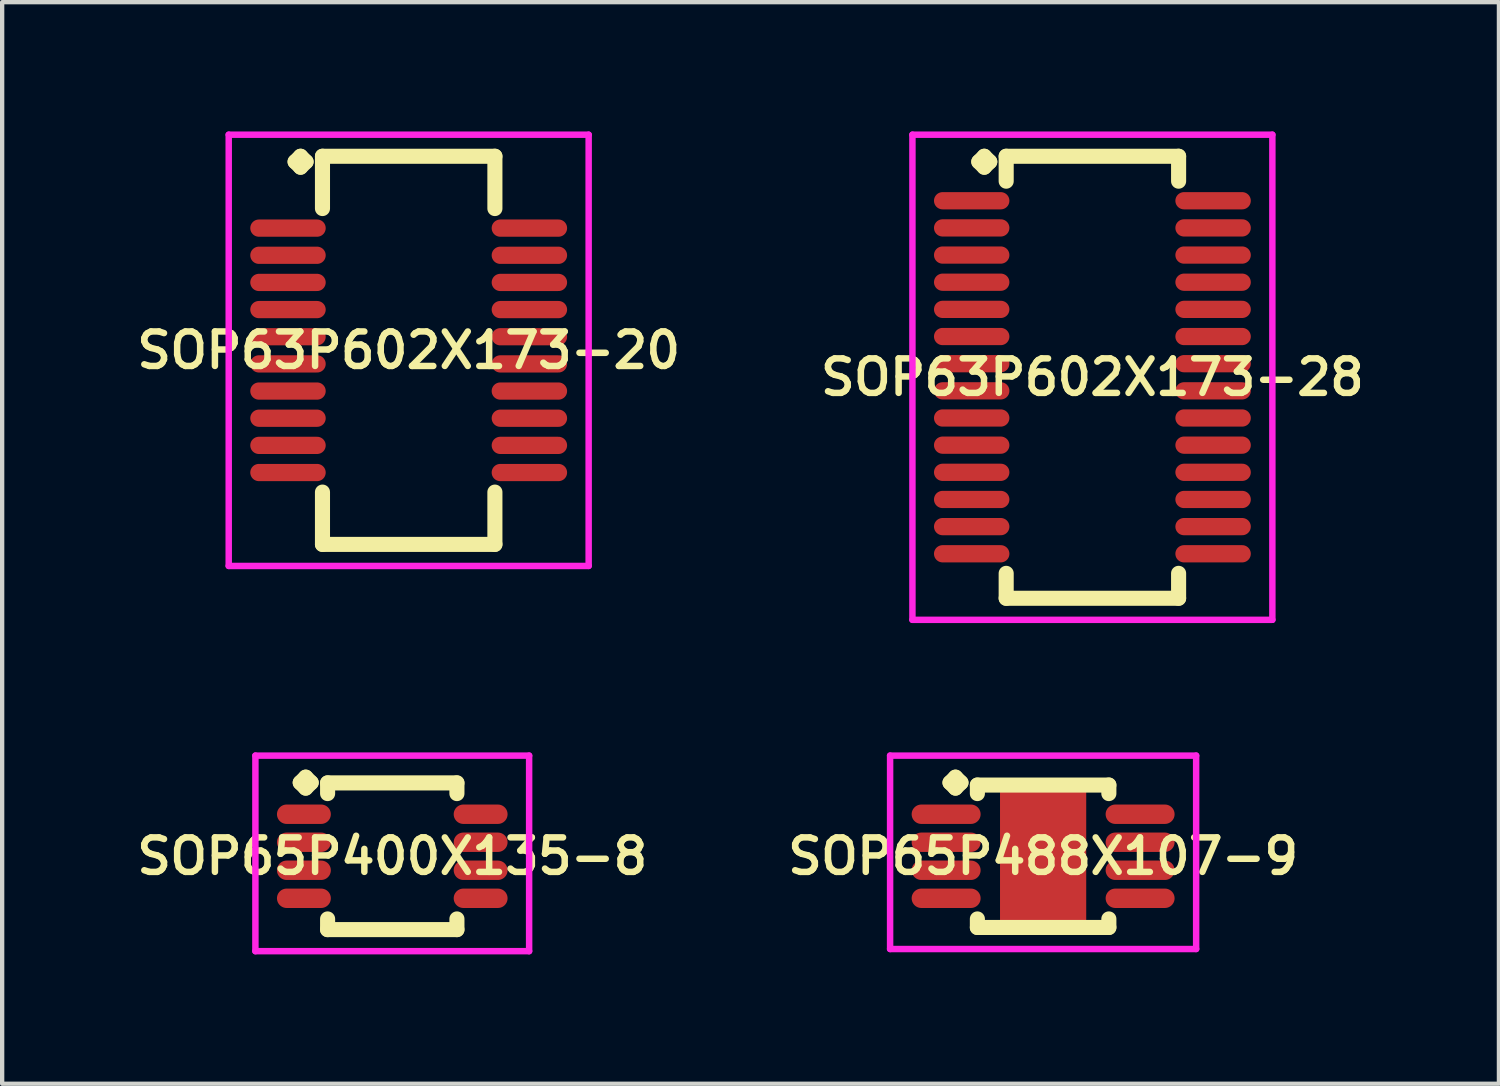
<source format=kicad_pcb>
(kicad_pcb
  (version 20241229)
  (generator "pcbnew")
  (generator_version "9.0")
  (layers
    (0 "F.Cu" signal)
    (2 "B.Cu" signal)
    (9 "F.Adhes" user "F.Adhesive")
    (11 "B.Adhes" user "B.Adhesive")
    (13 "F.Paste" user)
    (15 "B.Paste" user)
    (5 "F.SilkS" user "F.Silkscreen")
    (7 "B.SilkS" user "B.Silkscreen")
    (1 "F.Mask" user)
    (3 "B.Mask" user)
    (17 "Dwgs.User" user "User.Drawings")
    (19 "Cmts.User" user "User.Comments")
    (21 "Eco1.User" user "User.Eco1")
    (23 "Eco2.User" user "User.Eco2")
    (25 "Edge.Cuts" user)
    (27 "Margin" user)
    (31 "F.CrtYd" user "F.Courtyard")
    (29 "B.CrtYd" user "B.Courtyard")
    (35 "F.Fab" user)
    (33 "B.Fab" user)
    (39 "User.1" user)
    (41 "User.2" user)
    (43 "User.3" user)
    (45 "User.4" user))
  (footprint "SOP65P400X135-8"
    (layer "F.Cu")
    (at 6.05 16.814)
    (property "Reference" "SOP65P400X135-8" (at 0 0 0) (layer "F.SilkS") (effects (font (size 0.8 0.8) (thickness 0.15))))
    (attr smd)
    (fp_line (start -2.135 -1.708) (end -2.008 -1.835) (stroke (width 0.35) (type solid)) (layer "F.SilkS"))
    (fp_line (start -2.008 -1.835) (end -1.881 -1.708) (stroke (width 0.35) (type solid)) (layer "F.SilkS"))
    (fp_line (start -2.008 -1.581) (end -2.135 -1.708) (stroke (width 0.35) (type solid)) (layer "F.SilkS"))
    (fp_line (start -1.881 -1.708) (end -2.008 -1.581) (stroke (width 0.35) (type solid)) (layer "F.SilkS"))
    (fp_line (start -1.5 -1.702) (end 1.5 -1.702) (stroke (width 0.35) (type solid)) (layer "F.SilkS"))
    (fp_line (start -1.5 -1.454) (end -1.5 -1.702) (stroke (width 0.35) (type solid)) (layer "F.SilkS"))
    (fp_line (start -1.5 1.454) (end -1.5 1.702) (stroke (width 0.35) (type solid)) (layer "F.SilkS"))
    (fp_line (start -1.5 1.702) (end 1.5 1.702) (stroke (width 0.35) (type solid)) (layer "F.SilkS"))
    (fp_line (start 1.5 -1.702) (end 1.5 -1.454) (stroke (width 0.35) (type solid)) (layer "F.SilkS"))
    (fp_line (start 1.5 1.702) (end 1.5 1.454) (stroke (width 0.35) (type solid)) (layer "F.SilkS"))
    (fp_line (start -3.175 -2.335) (end 3.175 -2.335) (stroke (width 0.15) (type solid)) (layer "F.CrtYd"))
    (fp_line (start -3.175 2.202) (end -3.175 -2.335) (stroke (width 0.15) (type solid)) (layer "F.CrtYd"))
    (fp_line (start 3.175 -2.335) (end 3.175 2.202) (stroke (width 0.15) (type solid)) (layer "F.CrtYd"))
    (fp_line (start 3.175 2.202) (end -3.175 2.202) (stroke (width 0.15) (type solid)) (layer "F.CrtYd"))
    (pad "1" smd oval (at -2.05 -0.975) (size 1.25 0.45) (layers "F.Cu" "F.Mask" "F.Paste"))
    (pad "2" smd oval (at -2.05 -0.325) (size 1.25 0.45) (layers "F.Cu" "F.Mask" "F.Paste"))
    (pad "3" smd oval (at -2.05 0.325) (size 1.25 0.45) (layers "F.Cu" "F.Mask" "F.Paste"))
    (pad "4" smd oval (at -2.05 0.975) (size 1.25 0.45) (layers "F.Cu" "F.Mask" "F.Paste"))
    (pad "5" smd oval (at 2.05 0.975) (size 1.25 0.45) (layers "F.Cu" "F.Mask" "F.Paste"))
    (pad "6" smd oval (at 2.05 0.325) (size 1.25 0.45) (layers "F.Cu" "F.Mask" "F.Paste"))
    (pad "7" smd oval (at 2.05 -0.325) (size 1.25 0.45) (layers "F.Cu" "F.Mask" "F.Paste"))
    (pad "8" smd oval (at 2.05 -0.975) (size 1.25 0.45) (layers "F.Cu" "F.Mask" "F.Paste")))
  (footprint "SOP63P602X173-28"
    (layer "F.Cu")
    (at 22.292 5.702)
    (property "Reference" "SOP63P602X173-28" (at 0 0 0) (layer "F.SilkS") (effects (font (size 0.8 0.8) (thickness 0.15))))
    (attr through_hole)
    (fp_line (start -2.635 -5) (end -2.508 -5.127) (stroke (width 0.35) (type solid)) (layer "F.SilkS"))
    (fp_line (start -2.508 -5.127) (end -2.381 -5) (stroke (width 0.35) (type solid)) (layer "F.SilkS"))
    (fp_line (start -2.508 -4.873) (end -2.635 -5) (stroke (width 0.35) (type solid)) (layer "F.SilkS"))
    (fp_line (start -2.381 -5) (end -2.508 -4.873) (stroke (width 0.35) (type solid)) (layer "F.SilkS"))
    (fp_line (start -2 -5.127) (end 2 -5.127) (stroke (width 0.35) (type solid)) (layer "F.SilkS"))
    (fp_line (start -2 -4.549) (end -2 -5.127) (stroke (width 0.35) (type solid)) (layer "F.SilkS"))
    (fp_line (start -2 4.549) (end -2 5.127) (stroke (width 0.35) (type solid)) (layer "F.SilkS"))
    (fp_line (start -2 5.127) (end 2 5.127) (stroke (width 0.35) (type solid)) (layer "F.SilkS"))
    (fp_line (start 2 -5.127) (end 2 -4.549) (stroke (width 0.35) (type solid)) (layer "F.SilkS"))
    (fp_line (start 2 5.127) (end 2 4.549) (stroke (width 0.35) (type solid)) (layer "F.SilkS"))
    (fp_line (start -4.175 -5.627) (end 4.175 -5.627) (stroke (width 0.15) (type solid)) (layer "F.CrtYd"))
    (fp_line (start -4.175 5.627) (end -4.175 -5.627) (stroke (width 0.15) (type solid)) (layer "F.CrtYd"))
    (fp_line (start 4.175 -5.627) (end 4.175 5.627) (stroke (width 0.15) (type solid)) (layer "F.CrtYd"))
    (fp_line (start 4.175 5.627) (end -4.175 5.627) (stroke (width 0.15) (type solid)) (layer "F.CrtYd"))
    (pad "1" smd oval (at -2.8 -4.095) (size 1.75 0.4) (layers "F.Cu" "F.Mask" "F.Paste"))
    (pad "2" smd oval (at -2.8 -3.465) (size 1.75 0.4) (layers "F.Cu" "F.Mask" "F.Paste"))
    (pad "3" smd oval (at -2.8 -2.835) (size 1.75 0.4) (layers "F.Cu" "F.Mask" "F.Paste"))
    (pad "4" smd oval (at -2.8 -2.205) (size 1.75 0.4) (layers "F.Cu" "F.Mask" "F.Paste"))
    (pad "5" smd oval (at -2.8 -1.575) (size 1.75 0.4) (layers "F.Cu" "F.Mask" "F.Paste"))
    (pad "6" smd oval (at -2.8 -0.945) (size 1.75 0.4) (layers "F.Cu" "F.Mask" "F.Paste"))
    (pad "7" smd oval (at -2.8 -0.315) (size 1.75 0.4) (layers "F.Cu" "F.Mask" "F.Paste"))
    (pad "8" smd oval (at -2.8 0.315) (size 1.75 0.4) (layers "F.Cu" "F.Mask" "F.Paste"))
    (pad "9" smd oval (at -2.8 0.945) (size 1.75 0.4) (layers "F.Cu" "F.Mask" "F.Paste"))
    (pad "10" smd oval (at -2.8 1.575) (size 1.75 0.4) (layers "F.Cu" "F.Mask" "F.Paste"))
    (pad "11" smd oval (at -2.8 2.205) (size 1.75 0.4) (layers "F.Cu" "F.Mask" "F.Paste"))
    (pad "12" smd oval (at -2.8 2.835) (size 1.75 0.4) (layers "F.Cu" "F.Mask" "F.Paste"))
    (pad "13" smd oval (at -2.8 3.465) (size 1.75 0.4) (layers "F.Cu" "F.Mask" "F.Paste"))
    (pad "14" smd oval (at -2.8 4.095) (size 1.75 0.4) (layers "F.Cu" "F.Mask" "F.Paste"))
    (pad "15" smd oval (at 2.8 4.095) (size 1.75 0.4) (layers "F.Cu" "F.Mask" "F.Paste"))
    (pad "16" smd oval (at 2.8 3.465) (size 1.75 0.4) (layers "F.Cu" "F.Mask" "F.Paste"))
    (pad "17" smd oval (at 2.8 2.835) (size 1.75 0.4) (layers "F.Cu" "F.Mask" "F.Paste"))
    (pad "18" smd oval (at 2.8 2.205) (size 1.75 0.4) (layers "F.Cu" "F.Mask" "F.Paste"))
    (pad "19" smd oval (at 2.8 1.575) (size 1.75 0.4) (layers "F.Cu" "F.Mask" "F.Paste"))
    (pad "20" smd oval (at 2.8 0.945) (size 1.75 0.4) (layers "F.Cu" "F.Mask" "F.Paste"))
    (pad "21" smd oval (at 2.8 0.315) (size 1.75 0.4) (layers "F.Cu" "F.Mask" "F.Paste"))
    (pad "22" smd oval (at 2.8 -0.315) (size 1.75 0.4) (layers "F.Cu" "F.Mask" "F.Paste"))
    (pad "23" smd oval (at 2.8 -0.945) (size 1.75 0.4) (layers "F.Cu" "F.Mask" "F.Paste"))
    (pad "24" smd oval (at 2.8 -1.575) (size 1.75 0.4) (layers "F.Cu" "F.Mask" "F.Paste"))
    (pad "25" smd oval (at 2.8 -2.205) (size 1.75 0.4) (layers "F.Cu" "F.Mask" "F.Paste"))
    (pad "26" smd oval (at 2.8 -2.835) (size 1.75 0.4) (layers "F.Cu" "F.Mask" "F.Paste"))
    (pad "27" smd oval (at 2.8 -3.465) (size 1.75 0.4) (layers "F.Cu" "F.Mask" "F.Paste"))
    (pad "28" smd oval (at 2.8 -4.095) (size 1.75 0.4) (layers "F.Cu" "F.Mask" "F.Paste")))
  (footprint "SOP65P488X107-9"
    (layer "F.Cu")
    (at 21.149 16.814)
    (property "Reference" "SOP65P488X107-9" (at 0 0 0) (layer "F.SilkS") (effects (font (size 0.8 0.8) (thickness 0.15))))
    (attr smd)
    (fp_line (start -2.16 -1.708) (end -2.033 -1.835) (stroke (width 0.35) (type solid)) (layer "F.SilkS"))
    (fp_line (start -2.033 -1.835) (end -1.906 -1.708) (stroke (width 0.35) (type solid)) (layer "F.SilkS"))
    (fp_line (start -2.033 -1.581) (end -2.16 -1.708) (stroke (width 0.35) (type solid)) (layer "F.SilkS"))
    (fp_line (start -1.906 -1.708) (end -2.033 -1.581) (stroke (width 0.35) (type solid)) (layer "F.SilkS"))
    (fp_line (start -1.525 -1.652) (end 1.525 -1.652) (stroke (width 0.35) (type solid)) (layer "F.SilkS"))
    (fp_line (start -1.525 -1.454) (end -1.525 -1.652) (stroke (width 0.35) (type solid)) (layer "F.SilkS"))
    (fp_line (start -1.525 1.454) (end -1.525 1.652) (stroke (width 0.35) (type solid)) (layer "F.SilkS"))
    (fp_line (start -1.525 1.652) (end 1.525 1.652) (stroke (width 0.35) (type solid)) (layer "F.SilkS"))
    (fp_line (start 1.525 -1.652) (end 1.525 -1.454) (stroke (width 0.35) (type solid)) (layer "F.SilkS"))
    (fp_line (start 1.525 1.652) (end 1.525 1.454) (stroke (width 0.35) (type solid)) (layer "F.SilkS"))
    (fp_line (start -3.55 -2.335) (end 3.55 -2.335) (stroke (width 0.15) (type solid)) (layer "F.CrtYd"))
    (fp_line (start -3.55 2.152) (end -3.55 -2.335) (stroke (width 0.15) (type solid)) (layer "F.CrtYd"))
    (fp_line (start 3.55 -2.335) (end 3.55 2.152) (stroke (width 0.15) (type solid)) (layer "F.CrtYd"))
    (fp_line (start 3.55 2.152) (end -3.55 2.152) (stroke (width 0.15) (type solid)) (layer "F.CrtYd"))
    (pad "1" smd oval (at -2.25 -0.975) (size 1.6 0.45) (layers "F.Cu" "F.Mask" "F.Paste"))
    (pad "2" smd oval (at -2.25 -0.325) (size 1.6 0.45) (layers "F.Cu" "F.Mask" "F.Paste"))
    (pad "3" smd oval (at -2.25 0.325) (size 1.6 0.45) (layers "F.Cu" "F.Mask" "F.Paste"))
    (pad "4" smd oval (at -2.25 0.975) (size 1.6 0.45) (layers "F.Cu" "F.Mask" "F.Paste"))
    (pad "5" smd oval (at 2.25 0.975) (size 1.6 0.45) (layers "F.Cu" "F.Mask" "F.Paste"))
    (pad "6" smd oval (at 2.25 0.325) (size 1.6 0.45) (layers "F.Cu" "F.Mask" "F.Paste"))
    (pad "7" smd oval (at 2.25 -0.325) (size 1.6 0.45) (layers "F.Cu" "F.Mask" "F.Paste"))
    (pad "8" smd oval (at 2.25 -0.975) (size 1.6 0.45) (layers "F.Cu" "F.Mask" "F.Paste"))
    (pad "9" smd rect (at 0 0) (size 2 3) (layers "F.Cu" "F.Mask" "F.Paste")))
  (footprint "SOP63P602X173-20"
    (layer "F.Cu")
    (at 6.431 5.077)
    (property "Reference" "SOP63P602X173-20" (at 0 0 0) (layer "F.SilkS") (effects (font (size 0.8 0.8) (thickness 0.15))))
    (attr through_hole)
    (fp_line (start -2.635 -4.375) (end -2.508 -4.502) (stroke (width 0.35) (type solid)) (layer "F.SilkS"))
    (fp_line (start -2.508 -4.502) (end -2.381 -4.375) (stroke (width 0.35) (type solid)) (layer "F.SilkS"))
    (fp_line (start -2.508 -4.248) (end -2.635 -4.375) (stroke (width 0.35) (type solid)) (layer "F.SilkS"))
    (fp_line (start -2.381 -4.375) (end -2.508 -4.248) (stroke (width 0.35) (type solid)) (layer "F.SilkS"))
    (fp_line (start -2 -4.502) (end 2 -4.502) (stroke (width 0.35) (type solid)) (layer "F.SilkS"))
    (fp_line (start -2 -3.289) (end -2 -4.502) (stroke (width 0.35) (type solid)) (layer "F.SilkS"))
    (fp_line (start -2 3.289) (end -2 4.502) (stroke (width 0.35) (type solid)) (layer "F.SilkS"))
    (fp_line (start -2 4.502) (end 2 4.502) (stroke (width 0.35) (type solid)) (layer "F.SilkS"))
    (fp_line (start 2 -4.502) (end 2 -3.289) (stroke (width 0.35) (type solid)) (layer "F.SilkS"))
    (fp_line (start 2 4.502) (end 2 3.289) (stroke (width 0.35) (type solid)) (layer "F.SilkS"))
    (fp_line (start -4.175 -5.002) (end 4.175 -5.002) (stroke (width 0.15) (type solid)) (layer "F.CrtYd"))
    (fp_line (start -4.175 5.002) (end -4.175 -5.002) (stroke (width 0.15) (type solid)) (layer "F.CrtYd"))
    (fp_line (start 4.175 -5.002) (end 4.175 5.002) (stroke (width 0.15) (type solid)) (layer "F.CrtYd"))
    (fp_line (start 4.175 5.002) (end -4.175 5.002) (stroke (width 0.15) (type solid)) (layer "F.CrtYd"))
    (pad "1" smd oval (at -2.8 -2.835) (size 1.75 0.4) (layers "F.Cu" "F.Mask" "F.Paste"))
    (pad "2" smd oval (at -2.8 -2.205) (size 1.75 0.4) (layers "F.Cu" "F.Mask" "F.Paste"))
    (pad "3" smd oval (at -2.8 -1.575) (size 1.75 0.4) (layers "F.Cu" "F.Mask" "F.Paste"))
    (pad "4" smd oval (at -2.8 -0.945) (size 1.75 0.4) (layers "F.Cu" "F.Mask" "F.Paste"))
    (pad "5" smd oval (at -2.8 -0.315) (size 1.75 0.4) (layers "F.Cu" "F.Mask" "F.Paste"))
    (pad "6" smd oval (at -2.8 0.315) (size 1.75 0.4) (layers "F.Cu" "F.Mask" "F.Paste"))
    (pad "7" smd oval (at -2.8 0.945) (size 1.75 0.4) (layers "F.Cu" "F.Mask" "F.Paste"))
    (pad "8" smd oval (at -2.8 1.575) (size 1.75 0.4) (layers "F.Cu" "F.Mask" "F.Paste"))
    (pad "9" smd oval (at -2.8 2.205) (size 1.75 0.4) (layers "F.Cu" "F.Mask" "F.Paste"))
    (pad "10" smd oval (at -2.8 2.835) (size 1.75 0.4) (layers "F.Cu" "F.Mask" "F.Paste"))
    (pad "11" smd oval (at 2.8 2.835) (size 1.75 0.4) (layers "F.Cu" "F.Mask" "F.Paste"))
    (pad "12" smd oval (at 2.8 2.205) (size 1.75 0.4) (layers "F.Cu" "F.Mask" "F.Paste"))
    (pad "13" smd oval (at 2.8 1.575) (size 1.75 0.4) (layers "F.Cu" "F.Mask" "F.Paste"))
    (pad "14" smd oval (at 2.8 0.945) (size 1.75 0.4) (layers "F.Cu" "F.Mask" "F.Paste"))
    (pad "15" smd oval (at 2.8 0.315) (size 1.75 0.4) (layers "F.Cu" "F.Mask" "F.Paste"))
    (pad "16" smd oval (at 2.8 -0.315) (size 1.75 0.4) (layers "F.Cu" "F.Mask" "F.Paste"))
    (pad "17" smd oval (at 2.8 -0.945) (size 1.75 0.4) (layers "F.Cu" "F.Mask" "F.Paste"))
    (pad "18" smd oval (at 2.8 -1.575) (size 1.75 0.4) (layers "F.Cu" "F.Mask" "F.Paste"))
    (pad "19" smd oval (at 2.8 -2.205) (size 1.75 0.4) (layers "F.Cu" "F.Mask" "F.Paste"))
    (pad "20" smd oval (at 2.8 -2.835) (size 1.75 0.4) (layers "F.Cu" "F.Mask" "F.Paste")))
  (gr_rect
    (start -3 -3)
    (end 31.723 22.091)
    (stroke (width 0.1) (type default))
    (fill no)
    (layer "Edge.Cuts")))
</source>
